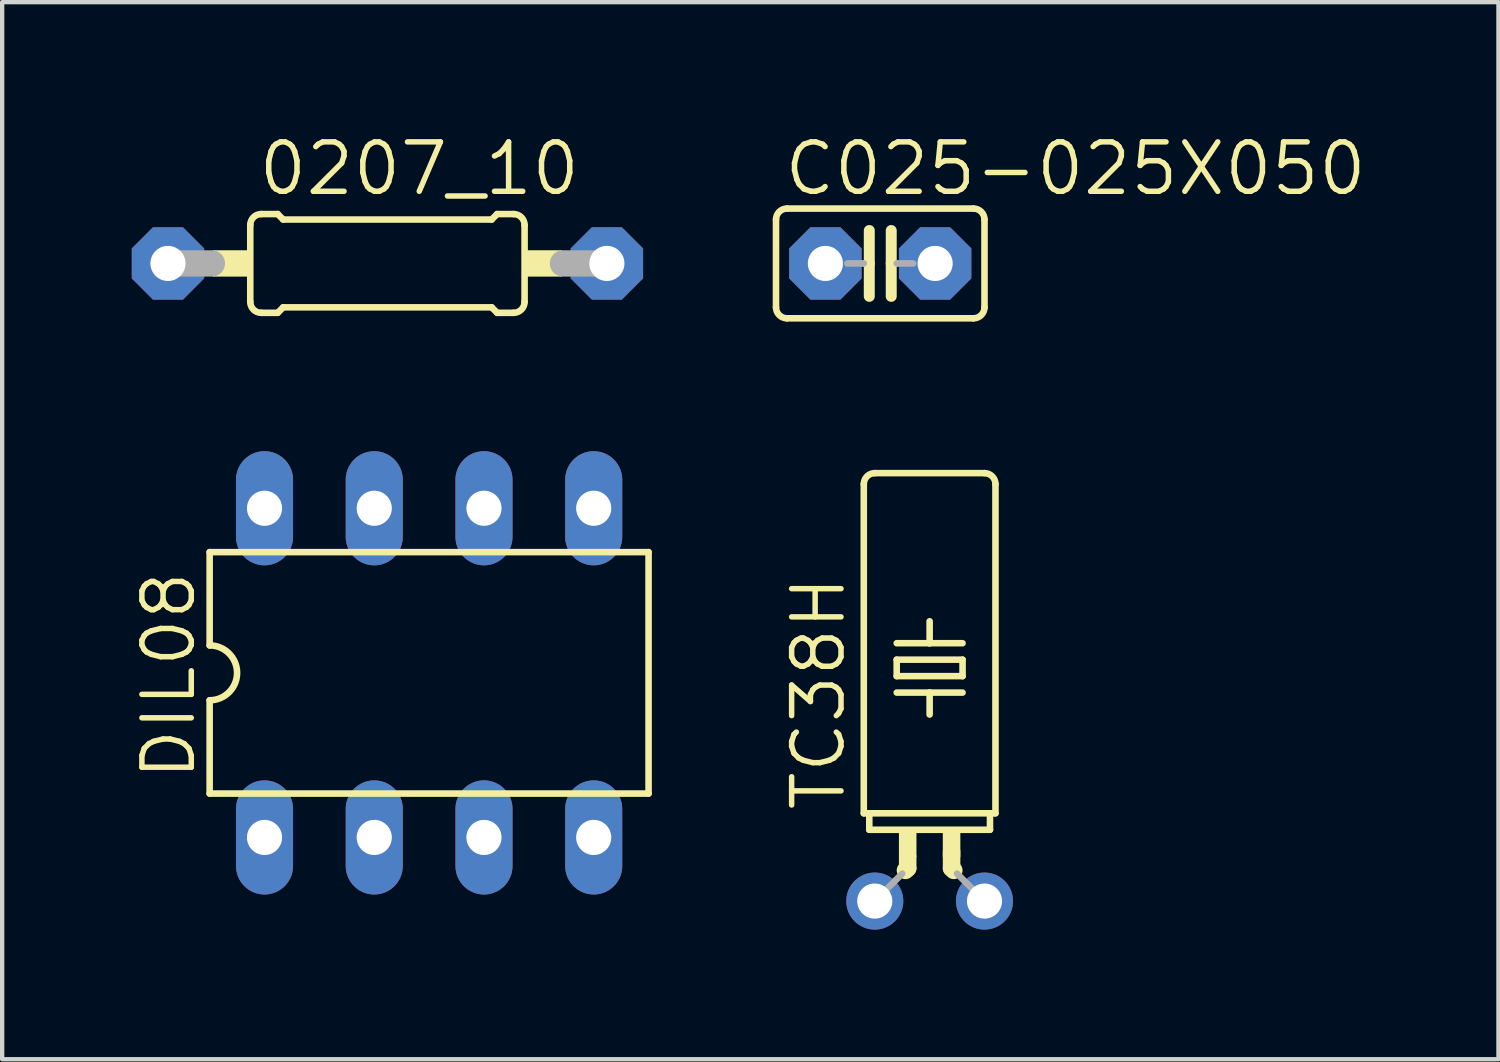
<source format=kicad_pcb>
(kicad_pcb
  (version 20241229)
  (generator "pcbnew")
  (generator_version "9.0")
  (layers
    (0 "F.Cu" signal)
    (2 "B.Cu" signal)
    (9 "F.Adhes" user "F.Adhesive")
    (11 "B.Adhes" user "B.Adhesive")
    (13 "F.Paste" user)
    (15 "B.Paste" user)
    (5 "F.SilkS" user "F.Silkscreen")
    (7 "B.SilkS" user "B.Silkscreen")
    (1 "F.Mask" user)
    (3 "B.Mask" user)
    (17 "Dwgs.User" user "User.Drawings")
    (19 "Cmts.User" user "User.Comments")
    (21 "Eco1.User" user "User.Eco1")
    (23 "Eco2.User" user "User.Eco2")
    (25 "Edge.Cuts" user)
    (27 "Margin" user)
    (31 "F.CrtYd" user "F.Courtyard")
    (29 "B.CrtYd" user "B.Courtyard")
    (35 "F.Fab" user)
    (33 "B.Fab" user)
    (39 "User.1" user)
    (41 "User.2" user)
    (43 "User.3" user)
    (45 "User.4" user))
  (footprint "0207_10"
    (layer "F.Cu")
    (at 5.918 3.048)
    (property "Reference" "0207_10" (at -3.048 -1.524 0) (layer "F.SilkS") (effects (font (size 1.143 1.143) (thickness 0.127)) (justify left bottom)))
    (fp_line (start -3.175 0.889) (end -3.175 -0.889) (stroke (width 0.152) (type solid)) (layer "F.SilkS"))
    (fp_line (start -2.921 -1.143) (end -2.54 -1.143) (stroke (width 0.152) (type solid)) (layer "F.SilkS"))
    (fp_line (start -2.921 1.143) (end -2.54 1.143) (stroke (width 0.152) (type solid)) (layer "F.SilkS"))
    (fp_line (start -2.413 -1.016) (end -2.54 -1.143) (stroke (width 0.152) (type solid)) (layer "F.SilkS"))
    (fp_line (start -2.413 1.016) (end -2.54 1.143) (stroke (width 0.152) (type solid)) (layer "F.SilkS"))
    (fp_line (start 2.413 -1.016) (end -2.413 -1.016) (stroke (width 0.152) (type solid)) (layer "F.SilkS"))
    (fp_line (start 2.413 -1.016) (end 2.54 -1.143) (stroke (width 0.152) (type solid)) (layer "F.SilkS"))
    (fp_line (start 2.413 1.016) (end -2.413 1.016) (stroke (width 0.152) (type solid)) (layer "F.SilkS"))
    (fp_line (start 2.413 1.016) (end 2.54 1.143) (stroke (width 0.152) (type solid)) (layer "F.SilkS"))
    (fp_line (start 2.921 -1.143) (end 2.54 -1.143) (stroke (width 0.152) (type solid)) (layer "F.SilkS"))
    (fp_line (start 2.921 1.143) (end 2.54 1.143) (stroke (width 0.152) (type solid)) (layer "F.SilkS"))
    (fp_line (start 3.175 0.889) (end 3.175 -0.889) (stroke (width 0.152) (type solid)) (layer "F.SilkS"))
    (fp_arc (start -3.175 -0.889) (mid -3.100605 -1.068605) (end -2.921 -1.143) (stroke (width 0.1524) (type solid)) (layer "F.SilkS"))
    (fp_arc (start -2.921 1.143) (mid -3.100605 1.068605) (end -3.175 0.889) (stroke (width 0.1524) (type solid)) (layer "F.SilkS"))
    (fp_arc (start 2.921 -1.143) (mid 3.100605 -1.068605) (end 3.175 -0.889) (stroke (width 0.1524) (type solid)) (layer "F.SilkS"))
    (fp_arc (start 3.175 0.889) (mid 3.100605 1.068605) (end 2.921 1.143) (stroke (width 0.1524) (type solid)) (layer "F.SilkS"))
    (fp_poly (pts (xy -4.039 0.305) (xy -3.175 0.305) (xy -3.175 -0.305) (xy -4.039 -0.305)) (stroke (width 0) (type solid)) (fill yes) (layer "F.SilkS"))
    (fp_poly (pts (xy 3.175 0.305) (xy 4.039 0.305) (xy 4.039 -0.305) (xy 3.175 -0.305)) (stroke (width 0) (type solid)) (fill yes) (layer "F.SilkS"))
    (fp_line (start -5.08 0) (end -4.064 0) (stroke (width 0.61) (type solid)) (layer "F.Fab"))
    (fp_line (start 5.08 0) (end 4.064 0) (stroke (width 0.61) (type solid)) (layer "F.Fab"))
    (pad "1" thru_hole roundrect (at -5.08 0) (size 1.676 1.676) (drill 0.813) (layers "*.Cu" "*.Mask") (roundrect_rratio 0.25) (chamfer_ratio 0.293) (chamfer top_left top_right bottom_left bottom_right))
    (pad "2" thru_hole roundrect (at 5.08 0) (size 1.676 1.676) (drill 0.813) (layers "*.Cu" "*.Mask") (roundrect_rratio 0.25) (chamfer_ratio 0.293) (chamfer top_left top_right bottom_left bottom_right)))
  (footprint "DIL08"
    (layer "F.Cu")
    (at 6.883 12.525)
    (property "Reference" "DIL08" (at -5.359 2.54 90) (layer "F.SilkS") (effects (font (size 1.143 1.143) (thickness 0.127)) (justify left bottom)))
    (fp_line (start -5.08 -2.794) (end -5.08 -0.635) (stroke (width 0.152) (type solid)) (layer "F.SilkS"))
    (fp_line (start -5.08 0.635) (end -5.08 2.794) (stroke (width 0.152) (type solid)) (layer "F.SilkS"))
    (fp_line (start -5.08 2.794) (end 5.08 2.794) (stroke (width 0.152) (type solid)) (layer "F.SilkS"))
    (fp_line (start 5.08 -2.794) (end -5.08 -2.794) (stroke (width 0.152) (type solid)) (layer "F.SilkS"))
    (fp_line (start 5.08 2.794) (end 5.08 -2.794) (stroke (width 0.152) (type solid)) (layer "F.SilkS"))
    (fp_arc (start -5.08 -0.635) (mid -4.445 0) (end -5.08 0.635) (stroke (width 0.1524) (type solid)) (layer "F.SilkS"))
    (pad "1" thru_hole oval (at -3.81 3.81 90) (size 2.642 1.321) (drill 0.813) (layers "*.Cu" "*.Mask"))
    (pad "2" thru_hole oval (at -1.27 3.81 90) (size 2.642 1.321) (drill 0.813) (layers "*.Cu" "*.Mask"))
    (pad "3" thru_hole oval (at 1.27 3.81 90) (size 2.642 1.321) (drill 0.813) (layers "*.Cu" "*.Mask"))
    (pad "4" thru_hole oval (at 3.81 3.81 90) (size 2.642 1.321) (drill 0.813) (layers "*.Cu" "*.Mask"))
    (pad "5" thru_hole oval (at 3.81 -3.81 90) (size 2.642 1.321) (drill 0.813) (layers "*.Cu" "*.Mask"))
    (pad "6" thru_hole oval (at 1.27 -3.81 90) (size 2.642 1.321) (drill 0.813) (layers "*.Cu" "*.Mask"))
    (pad "7" thru_hole oval (at -1.27 -3.81 90) (size 2.642 1.321) (drill 0.813) (layers "*.Cu" "*.Mask"))
    (pad "8" thru_hole oval (at -3.81 -3.81 90) (size 2.642 1.321) (drill 0.813) (layers "*.Cu" "*.Mask")))
  (footprint "TC38H"
    (layer "F.Cu")
    (at 18.469 17.808)
    (property "Reference" "TC38H" (at -1.905 -2.032 90) (layer "F.SilkS") (effects (font (size 1.143 1.143) (thickness 0.127)) (justify left bottom)))
    (fp_line (start -1.524 -2.032) (end -1.524 -9.652) (stroke (width 0.152) (type solid)) (layer "F.SilkS"))
    (fp_line (start -1.524 -2.032) (end -1.397 -2.032) (stroke (width 0.152) (type solid)) (layer "F.SilkS"))
    (fp_line (start -1.397 -1.651) (end -1.397 -2.032) (stroke (width 0.152) (type solid)) (layer "F.SilkS"))
    (fp_line (start -1.397 -1.651) (end 1.397 -1.651) (stroke (width 0.152) (type solid)) (layer "F.SilkS"))
    (fp_line (start -1.27 -9.906) (end 1.27 -9.906) (stroke (width 0.152) (type solid)) (layer "F.SilkS"))
    (fp_line (start -0.762 -5.969) (end 0 -5.969) (stroke (width 0.152) (type solid)) (layer "F.SilkS"))
    (fp_line (start -0.762 -5.588) (end -0.762 -5.207) (stroke (width 0.152) (type solid)) (layer "F.SilkS"))
    (fp_line (start -0.762 -5.588) (end 0.762 -5.588) (stroke (width 0.152) (type solid)) (layer "F.SilkS"))
    (fp_line (start -0.762 -4.826) (end 0 -4.826) (stroke (width 0.152) (type solid)) (layer "F.SilkS"))
    (fp_line (start -0.559 -0.711) (end -0.508 -0.762) (stroke (width 0.406) (type solid)) (layer "F.SilkS"))
    (fp_line (start -0.508 -0.762) (end -0.508 -1.016) (stroke (width 0.406) (type solid)) (layer "F.SilkS"))
    (fp_line (start 0 -5.969) (end 0 -6.477) (stroke (width 0.152) (type solid)) (layer "F.SilkS"))
    (fp_line (start 0 -5.969) (end 0.762 -5.969) (stroke (width 0.152) (type solid)) (layer "F.SilkS"))
    (fp_line (start 0 -4.826) (end 0 -4.318) (stroke (width 0.152) (type solid)) (layer "F.SilkS"))
    (fp_line (start 0 -4.826) (end 0.762 -4.826) (stroke (width 0.152) (type solid)) (layer "F.SilkS"))
    (fp_line (start 0.508 -0.762) (end 0.508 -1.143) (stroke (width 0.406) (type solid)) (layer "F.SilkS"))
    (fp_line (start 0.559 -0.711) (end 0.508 -0.762) (stroke (width 0.406) (type solid)) (layer "F.SilkS"))
    (fp_line (start 0.762 -5.207) (end -0.762 -5.207) (stroke (width 0.152) (type solid)) (layer "F.SilkS"))
    (fp_line (start 0.762 -5.207) (end 0.762 -5.588) (stroke (width 0.152) (type solid)) (layer "F.SilkS"))
    (fp_line (start 1.397 -2.032) (end -1.397 -2.032) (stroke (width 0.152) (type solid)) (layer "F.SilkS"))
    (fp_line (start 1.397 -1.651) (end 1.397 -2.032) (stroke (width 0.152) (type solid)) (layer "F.SilkS"))
    (fp_line (start 1.524 -2.032) (end 1.397 -2.032) (stroke (width 0.152) (type solid)) (layer "F.SilkS"))
    (fp_line (start 1.524 -2.032) (end 1.524 -9.652) (stroke (width 0.152) (type solid)) (layer "F.SilkS"))
    (fp_arc (start -1.524 -9.652) (mid -1.449605 -9.831605) (end -1.27 -9.906) (stroke (width 0.1524) (type solid)) (layer "F.SilkS"))
    (fp_arc (start 1.27 -9.906) (mid 1.449605 -9.831605) (end 1.524 -9.652) (stroke (width 0.1524) (type solid)) (layer "F.SilkS"))
    (fp_poly (pts (xy -0.711 -1.016) (xy -0.305 -1.016) (xy -0.305 -1.6) (xy -0.711 -1.6)) (stroke (width 0) (type solid)) (fill yes) (layer "F.SilkS"))
    (fp_poly (pts (xy 0.305 -1.016) (xy 0.711 -1.016) (xy 0.711 -1.6) (xy 0.305 -1.6)) (stroke (width 0) (type solid)) (fill yes) (layer "F.SilkS"))
    (fp_line (start -0.635 -0.635) (end -1.27 0) (stroke (width 0.152) (type solid)) (layer "F.Fab"))
    (fp_line (start 0.635 -0.635) (end 1.27 0) (stroke (width 0.152) (type solid)) (layer "F.Fab"))
    (pad "1" thru_hole circle (at -1.27 0) (size 1.321 1.321) (drill 0.813) (layers "*.Cu" "*.Mask"))
    (pad "2" thru_hole circle (at 1.27 0) (size 1.321 1.321) (drill 0.813) (layers "*.Cu" "*.Mask"))
    (zone (net_name "") (layers "F.Cu" "B.Cu") (hatch edge 0.508) (connect_pads) (min_thickness 0.254) (filled_areas_thickness no) (keepout (tracks allowed) (vias not_allowed) (pads allowed) (copperpour allowed) (footprints allowed)) (placement (enabled no)) (fill) (polygon (pts (xy 16.691 16.792) (xy 20.247 16.792) (xy 20.247 7.394) (xy 16.691 7.394)))))
  (footprint "C025-025X050"
    (layer "F.Cu")
    (at 17.326 3.048)
    (property "Reference" "C025-025X050" (at -2.286 -1.524 0) (layer "F.SilkS") (effects (font (size 1.143 1.143) (thickness 0.127)) (justify left bottom)))
    (fp_line (start -2.413 -1.016) (end -2.413 1.016) (stroke (width 0.152) (type solid)) (layer "F.SilkS"))
    (fp_line (start -2.159 -1.27) (end 2.159 -1.27) (stroke (width 0.152) (type solid)) (layer "F.SilkS"))
    (fp_line (start -0.254 -0.762) (end -0.254 0) (stroke (width 0.254) (type solid)) (layer "F.SilkS"))
    (fp_line (start -0.254 0) (end -0.381 0) (stroke (width 0.152) (type solid)) (layer "F.SilkS"))
    (fp_line (start -0.254 0) (end -0.254 0.762) (stroke (width 0.254) (type solid)) (layer "F.SilkS"))
    (fp_line (start 0.254 0) (end 0.254 -0.762) (stroke (width 0.254) (type solid)) (layer "F.SilkS"))
    (fp_line (start 0.254 0) (end 0.254 0.762) (stroke (width 0.254) (type solid)) (layer "F.SilkS"))
    (fp_line (start 0.381 0) (end 0.254 0) (stroke (width 0.152) (type solid)) (layer "F.SilkS"))
    (fp_line (start 2.159 1.27) (end -2.159 1.27) (stroke (width 0.152) (type solid)) (layer "F.SilkS"))
    (fp_line (start 2.413 -1.016) (end 2.413 1.016) (stroke (width 0.152) (type solid)) (layer "F.SilkS"))
    (fp_arc (start -2.413 -1.016) (mid -2.338605 -1.195605) (end -2.159 -1.27) (stroke (width 0.1524) (type solid)) (layer "F.SilkS"))
    (fp_arc (start -2.159 1.27) (mid -2.338605 1.195605) (end -2.413 1.016) (stroke (width 0.1524) (type solid)) (layer "F.SilkS"))
    (fp_arc (start 2.159 -1.27) (mid 2.338605 -1.195605) (end 2.413 -1.016) (stroke (width 0.1524) (type solid)) (layer "F.SilkS"))
    (fp_arc (start 2.413 1.016) (mid 2.338605 1.195605) (end 2.159 1.27) (stroke (width 0.1524) (type solid)) (layer "F.SilkS"))
    (fp_line (start -0.381 0) (end -0.762 0) (stroke (width 0.152) (type solid)) (layer "F.Fab"))
    (fp_line (start 0.762 0) (end 0.381 0) (stroke (width 0.152) (type solid)) (layer "F.Fab"))
    (pad "1" thru_hole roundrect (at -1.27 0) (size 1.676 1.676) (drill 0.813) (layers "*.Cu" "*.Mask") (roundrect_rratio 0.25) (chamfer_ratio 0.293) (chamfer top_left top_right bottom_left bottom_right))
    (pad "2" thru_hole roundrect (at 1.27 0) (size 1.676 1.676) (drill 0.813) (layers "*.Cu" "*.Mask") (roundrect_rratio 0.25) (chamfer_ratio 0.293) (chamfer top_left top_right bottom_left bottom_right)))
  (gr_rect
    (start -3 -3)
    (end 31.636 21.469)
    (stroke (width 0.1) (type default))
    (fill no)
    (layer "Edge.Cuts")))
</source>
